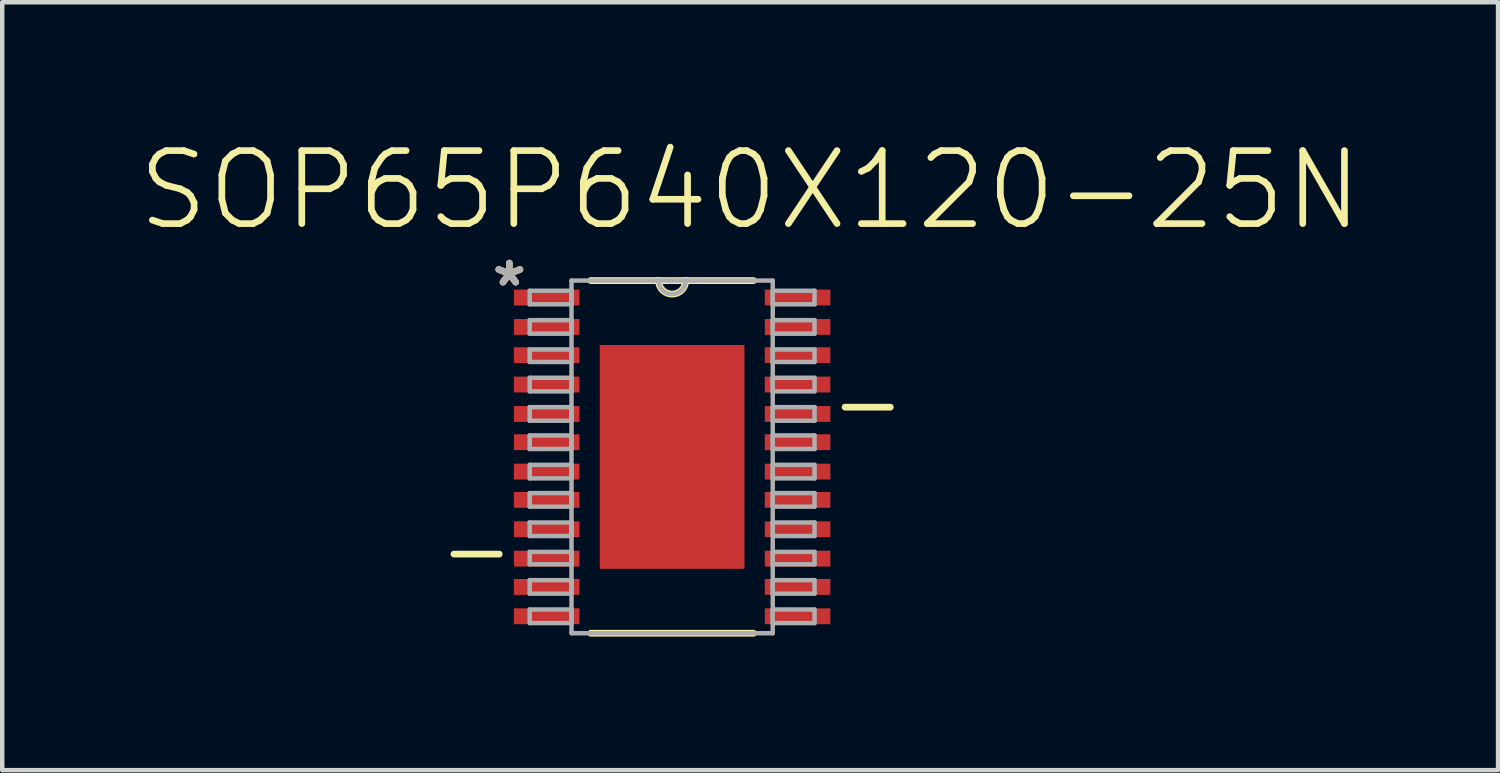
<source format=kicad_pcb>
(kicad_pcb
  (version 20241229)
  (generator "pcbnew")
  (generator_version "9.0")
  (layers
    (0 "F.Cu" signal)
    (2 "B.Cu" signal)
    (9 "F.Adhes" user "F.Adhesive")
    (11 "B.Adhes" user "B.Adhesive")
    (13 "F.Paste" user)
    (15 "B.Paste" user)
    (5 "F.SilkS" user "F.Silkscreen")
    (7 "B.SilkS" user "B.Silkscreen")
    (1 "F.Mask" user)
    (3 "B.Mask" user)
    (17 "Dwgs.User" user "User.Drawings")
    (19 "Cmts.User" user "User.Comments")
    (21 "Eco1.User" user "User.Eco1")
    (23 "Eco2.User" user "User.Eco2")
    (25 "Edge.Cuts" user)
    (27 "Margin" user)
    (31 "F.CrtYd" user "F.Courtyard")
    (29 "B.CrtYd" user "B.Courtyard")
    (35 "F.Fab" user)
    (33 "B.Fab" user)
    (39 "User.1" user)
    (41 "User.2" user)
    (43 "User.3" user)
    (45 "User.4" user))
  (footprint "SOP65P640X120-25N"
    (layer "F.Cu")
    (at 12.053 7.217)
    (property "Reference" "SOP65P640X120-25N" (at 1.753 -5.994 0) (layer "F.SilkS") (effects (font (size 1.64 1.64) (thickness 0.15))))
    (attr smd)
    (fp_line (start -4.902 2.184) (end -3.886 2.184) (stroke (width 0.152) (type solid)) (layer "F.SilkS"))
    (fp_line (start -1.829 3.962) (end 1.829 3.962) (stroke (width 0.152) (type solid)) (layer "F.SilkS"))
    (fp_line (start -0.305 -3.962) (end -1.829 -3.962) (stroke (width 0.152) (type solid)) (layer "F.SilkS"))
    (fp_line (start 0.305 -3.962) (end -0.305 -3.962) (stroke (width 0.152) (type solid)) (layer "F.SilkS"))
    (fp_line (start 1.829 -3.962) (end 0.305 -3.962) (stroke (width 0.152) (type solid)) (layer "F.SilkS"))
    (fp_line (start 3.886 -1.118) (end 4.902 -1.118) (stroke (width 0.152) (type solid)) (layer "F.SilkS"))
    (fp_arc (start 0.3048 -3.9624) (mid 0 -3.6576) (end -0.3048 -3.9624) (stroke (width 0.1524) (type solid)) (layer "F.SilkS"))
    (fp_line (start -3.2 -3.734) (end -3.2 -3.429) (stroke (width 0.1) (type solid)) (layer "F.Fab"))
    (fp_line (start -3.2 -3.429) (end -2.261 -3.429) (stroke (width 0.1) (type solid)) (layer "F.Fab"))
    (fp_line (start -3.2 -3.073) (end -3.2 -2.769) (stroke (width 0.1) (type solid)) (layer "F.Fab"))
    (fp_line (start -3.2 -2.769) (end -2.261 -2.769) (stroke (width 0.1) (type solid)) (layer "F.Fab"))
    (fp_line (start -3.2 -2.413) (end -3.2 -2.134) (stroke (width 0.1) (type solid)) (layer "F.Fab"))
    (fp_line (start -3.2 -2.134) (end -2.261 -2.134) (stroke (width 0.1) (type solid)) (layer "F.Fab"))
    (fp_line (start -3.2 -1.778) (end -3.2 -1.473) (stroke (width 0.1) (type solid)) (layer "F.Fab"))
    (fp_line (start -3.2 -1.473) (end -2.261 -1.473) (stroke (width 0.1) (type solid)) (layer "F.Fab"))
    (fp_line (start -3.2 -1.118) (end -3.2 -0.813) (stroke (width 0.1) (type solid)) (layer "F.Fab"))
    (fp_line (start -3.2 -0.813) (end -2.261 -0.813) (stroke (width 0.1) (type solid)) (layer "F.Fab"))
    (fp_line (start -3.2 -0.483) (end -3.2 -0.178) (stroke (width 0.1) (type solid)) (layer "F.Fab"))
    (fp_line (start -3.2 -0.178) (end -2.261 -0.178) (stroke (width 0.1) (type solid)) (layer "F.Fab"))
    (fp_line (start -3.2 0.178) (end -3.2 0.483) (stroke (width 0.1) (type solid)) (layer "F.Fab"))
    (fp_line (start -3.2 0.483) (end -2.261 0.483) (stroke (width 0.1) (type solid)) (layer "F.Fab"))
    (fp_line (start -3.2 0.813) (end -3.2 1.118) (stroke (width 0.1) (type solid)) (layer "F.Fab"))
    (fp_line (start -3.2 1.118) (end -2.261 1.118) (stroke (width 0.1) (type solid)) (layer "F.Fab"))
    (fp_line (start -3.2 1.473) (end -3.2 1.778) (stroke (width 0.1) (type solid)) (layer "F.Fab"))
    (fp_line (start -3.2 1.778) (end -2.261 1.778) (stroke (width 0.1) (type solid)) (layer "F.Fab"))
    (fp_line (start -3.2 2.134) (end -3.2 2.413) (stroke (width 0.1) (type solid)) (layer "F.Fab"))
    (fp_line (start -3.2 2.413) (end -2.261 2.413) (stroke (width 0.1) (type solid)) (layer "F.Fab"))
    (fp_line (start -3.2 2.769) (end -3.2 3.073) (stroke (width 0.1) (type solid)) (layer "F.Fab"))
    (fp_line (start -3.2 3.073) (end -2.261 3.073) (stroke (width 0.1) (type solid)) (layer "F.Fab"))
    (fp_line (start -3.2 3.429) (end -3.2 3.734) (stroke (width 0.1) (type solid)) (layer "F.Fab"))
    (fp_line (start -3.2 3.734) (end -2.261 3.734) (stroke (width 0.1) (type solid)) (layer "F.Fab"))
    (fp_line (start -2.261 -3.962) (end -2.261 3.962) (stroke (width 0.1) (type solid)) (layer "F.Fab"))
    (fp_line (start -2.261 -3.734) (end -3.2 -3.734) (stroke (width 0.1) (type solid)) (layer "F.Fab"))
    (fp_line (start -2.261 -3.429) (end -2.261 -3.734) (stroke (width 0.1) (type solid)) (layer "F.Fab"))
    (fp_line (start -2.261 -3.073) (end -3.2 -3.073) (stroke (width 0.1) (type solid)) (layer "F.Fab"))
    (fp_line (start -2.261 -2.769) (end -2.261 -3.073) (stroke (width 0.1) (type solid)) (layer "F.Fab"))
    (fp_line (start -2.261 -2.413) (end -3.2 -2.413) (stroke (width 0.1) (type solid)) (layer "F.Fab"))
    (fp_line (start -2.261 -2.134) (end -2.261 -2.413) (stroke (width 0.1) (type solid)) (layer "F.Fab"))
    (fp_line (start -2.261 -1.778) (end -3.2 -1.778) (stroke (width 0.1) (type solid)) (layer "F.Fab"))
    (fp_line (start -2.261 -1.473) (end -2.261 -1.778) (stroke (width 0.1) (type solid)) (layer "F.Fab"))
    (fp_line (start -2.261 -1.118) (end -3.2 -1.118) (stroke (width 0.1) (type solid)) (layer "F.Fab"))
    (fp_line (start -2.261 -0.813) (end -2.261 -1.118) (stroke (width 0.1) (type solid)) (layer "F.Fab"))
    (fp_line (start -2.261 -0.483) (end -3.2 -0.483) (stroke (width 0.1) (type solid)) (layer "F.Fab"))
    (fp_line (start -2.261 -0.178) (end -2.261 -0.483) (stroke (width 0.1) (type solid)) (layer "F.Fab"))
    (fp_line (start -2.261 0.178) (end -3.2 0.178) (stroke (width 0.1) (type solid)) (layer "F.Fab"))
    (fp_line (start -2.261 0.483) (end -2.261 0.178) (stroke (width 0.1) (type solid)) (layer "F.Fab"))
    (fp_line (start -2.261 0.813) (end -3.2 0.813) (stroke (width 0.1) (type solid)) (layer "F.Fab"))
    (fp_line (start -2.261 1.118) (end -2.261 0.813) (stroke (width 0.1) (type solid)) (layer "F.Fab"))
    (fp_line (start -2.261 1.473) (end -3.2 1.473) (stroke (width 0.1) (type solid)) (layer "F.Fab"))
    (fp_line (start -2.261 1.778) (end -2.261 1.473) (stroke (width 0.1) (type solid)) (layer "F.Fab"))
    (fp_line (start -2.261 2.134) (end -3.2 2.134) (stroke (width 0.1) (type solid)) (layer "F.Fab"))
    (fp_line (start -2.261 2.413) (end -2.261 2.134) (stroke (width 0.1) (type solid)) (layer "F.Fab"))
    (fp_line (start -2.261 2.769) (end -3.2 2.769) (stroke (width 0.1) (type solid)) (layer "F.Fab"))
    (fp_line (start -2.261 3.073) (end -2.261 2.769) (stroke (width 0.1) (type solid)) (layer "F.Fab"))
    (fp_line (start -2.261 3.429) (end -3.2 3.429) (stroke (width 0.1) (type solid)) (layer "F.Fab"))
    (fp_line (start -2.261 3.734) (end -2.261 3.429) (stroke (width 0.1) (type solid)) (layer "F.Fab"))
    (fp_line (start -2.261 3.962) (end 2.261 3.962) (stroke (width 0.1) (type solid)) (layer "F.Fab"))
    (fp_line (start -0.305 -3.962) (end -2.261 -3.962) (stroke (width 0.1) (type solid)) (layer "F.Fab"))
    (fp_line (start 0.305 -3.962) (end -0.305 -3.962) (stroke (width 0.1) (type solid)) (layer "F.Fab"))
    (fp_line (start 2.261 -3.962) (end 0.305 -3.962) (stroke (width 0.1) (type solid)) (layer "F.Fab"))
    (fp_line (start 2.261 -3.734) (end 2.261 -3.429) (stroke (width 0.1) (type solid)) (layer "F.Fab"))
    (fp_line (start 2.261 -3.429) (end 3.2 -3.429) (stroke (width 0.1) (type solid)) (layer "F.Fab"))
    (fp_line (start 2.261 -3.073) (end 2.261 -2.769) (stroke (width 0.1) (type solid)) (layer "F.Fab"))
    (fp_line (start 2.261 -2.769) (end 3.2 -2.769) (stroke (width 0.1) (type solid)) (layer "F.Fab"))
    (fp_line (start 2.261 -2.413) (end 2.261 -2.134) (stroke (width 0.1) (type solid)) (layer "F.Fab"))
    (fp_line (start 2.261 -2.134) (end 3.2 -2.134) (stroke (width 0.1) (type solid)) (layer "F.Fab"))
    (fp_line (start 2.261 -1.778) (end 2.261 -1.473) (stroke (width 0.1) (type solid)) (layer "F.Fab"))
    (fp_line (start 2.261 -1.473) (end 3.2 -1.473) (stroke (width 0.1) (type solid)) (layer "F.Fab"))
    (fp_line (start 2.261 -1.118) (end 2.261 -0.813) (stroke (width 0.1) (type solid)) (layer "F.Fab"))
    (fp_line (start 2.261 -0.813) (end 3.2 -0.813) (stroke (width 0.1) (type solid)) (layer "F.Fab"))
    (fp_line (start 2.261 -0.483) (end 2.261 -0.178) (stroke (width 0.1) (type solid)) (layer "F.Fab"))
    (fp_line (start 2.261 -0.178) (end 3.2 -0.178) (stroke (width 0.1) (type solid)) (layer "F.Fab"))
    (fp_line (start 2.261 0.178) (end 2.261 0.483) (stroke (width 0.1) (type solid)) (layer "F.Fab"))
    (fp_line (start 2.261 0.483) (end 3.2 0.483) (stroke (width 0.1) (type solid)) (layer "F.Fab"))
    (fp_line (start 2.261 0.813) (end 2.261 1.118) (stroke (width 0.1) (type solid)) (layer "F.Fab"))
    (fp_line (start 2.261 1.118) (end 3.2 1.118) (stroke (width 0.1) (type solid)) (layer "F.Fab"))
    (fp_line (start 2.261 1.473) (end 2.261 1.778) (stroke (width 0.1) (type solid)) (layer "F.Fab"))
    (fp_line (start 2.261 1.778) (end 3.2 1.778) (stroke (width 0.1) (type solid)) (layer "F.Fab"))
    (fp_line (start 2.261 2.134) (end 2.261 2.413) (stroke (width 0.1) (type solid)) (layer "F.Fab"))
    (fp_line (start 2.261 2.413) (end 3.2 2.413) (stroke (width 0.1) (type solid)) (layer "F.Fab"))
    (fp_line (start 2.261 2.769) (end 2.261 3.073) (stroke (width 0.1) (type solid)) (layer "F.Fab"))
    (fp_line (start 2.261 3.073) (end 3.2 3.073) (stroke (width 0.1) (type solid)) (layer "F.Fab"))
    (fp_line (start 2.261 3.429) (end 2.261 3.734) (stroke (width 0.1) (type solid)) (layer "F.Fab"))
    (fp_line (start 2.261 3.734) (end 3.2 3.734) (stroke (width 0.1) (type solid)) (layer "F.Fab"))
    (fp_line (start 2.261 3.962) (end 2.261 -3.962) (stroke (width 0.1) (type solid)) (layer "F.Fab"))
    (fp_line (start 3.2 -3.734) (end 2.261 -3.734) (stroke (width 0.1) (type solid)) (layer "F.Fab"))
    (fp_line (start 3.2 -3.429) (end 3.2 -3.734) (stroke (width 0.1) (type solid)) (layer "F.Fab"))
    (fp_line (start 3.2 -3.073) (end 2.261 -3.073) (stroke (width 0.1) (type solid)) (layer "F.Fab"))
    (fp_line (start 3.2 -2.769) (end 3.2 -3.073) (stroke (width 0.1) (type solid)) (layer "F.Fab"))
    (fp_line (start 3.2 -2.413) (end 2.261 -2.413) (stroke (width 0.1) (type solid)) (layer "F.Fab"))
    (fp_line (start 3.2 -2.134) (end 3.2 -2.413) (stroke (width 0.1) (type solid)) (layer "F.Fab"))
    (fp_line (start 3.2 -1.778) (end 2.261 -1.778) (stroke (width 0.1) (type solid)) (layer "F.Fab"))
    (fp_line (start 3.2 -1.473) (end 3.2 -1.778) (stroke (width 0.1) (type solid)) (layer "F.Fab"))
    (fp_line (start 3.2 -1.118) (end 2.261 -1.118) (stroke (width 0.1) (type solid)) (layer "F.Fab"))
    (fp_line (start 3.2 -0.813) (end 3.2 -1.118) (stroke (width 0.1) (type solid)) (layer "F.Fab"))
    (fp_line (start 3.2 -0.483) (end 2.261 -0.483) (stroke (width 0.1) (type solid)) (layer "F.Fab"))
    (fp_line (start 3.2 -0.178) (end 3.2 -0.483) (stroke (width 0.1) (type solid)) (layer "F.Fab"))
    (fp_line (start 3.2 0.178) (end 2.261 0.178) (stroke (width 0.1) (type solid)) (layer "F.Fab"))
    (fp_line (start 3.2 0.483) (end 3.2 0.178) (stroke (width 0.1) (type solid)) (layer "F.Fab"))
    (fp_line (start 3.2 0.813) (end 2.261 0.813) (stroke (width 0.1) (type solid)) (layer "F.Fab"))
    (fp_line (start 3.2 1.118) (end 3.2 0.813) (stroke (width 0.1) (type solid)) (layer "F.Fab"))
    (fp_line (start 3.2 1.473) (end 2.261 1.473) (stroke (width 0.1) (type solid)) (layer "F.Fab"))
    (fp_line (start 3.2 1.778) (end 3.2 1.473) (stroke (width 0.1) (type solid)) (layer "F.Fab"))
    (fp_line (start 3.2 2.134) (end 2.261 2.134) (stroke (width 0.1) (type solid)) (layer "F.Fab"))
    (fp_line (start 3.2 2.413) (end 3.2 2.134) (stroke (width 0.1) (type solid)) (layer "F.Fab"))
    (fp_line (start 3.2 2.769) (end 2.261 2.769) (stroke (width 0.1) (type solid)) (layer "F.Fab"))
    (fp_line (start 3.2 3.073) (end 3.2 2.769) (stroke (width 0.1) (type solid)) (layer "F.Fab"))
    (fp_line (start 3.2 3.429) (end 2.261 3.429) (stroke (width 0.1) (type solid)) (layer "F.Fab"))
    (fp_line (start 3.2 3.734) (end 3.2 3.429) (stroke (width 0.1) (type solid)) (layer "F.Fab"))
    (fp_arc (start 0.3048 -3.9624) (mid 0 -3.6576) (end -0.3048 -3.9624) (stroke (width 0.1) (type solid)) (layer "F.Fab"))
    (fp_text user "*" (at -3.658 -3.81 0) (layer "F.SilkS") (effects (font (size 1 1) (thickness 0.15))))
    (fp_text user "*" (at -3.658 -3.81 0) (layer "F.Fab") (effects (font (size 1 1) (thickness 0.15))))
    (pad "1" smd rect (at -2.819 -3.581) (size 1.473 0.356) (layers "F.Cu" "F.Mask" "F.Paste"))
    (pad "2" smd rect (at -2.819 -2.921) (size 1.473 0.356) (layers "F.Cu" "F.Mask" "F.Paste"))
    (pad "3" smd rect (at -2.819 -2.286) (size 1.473 0.356) (layers "F.Cu" "F.Mask" "F.Paste"))
    (pad "4" smd rect (at -2.819 -1.626) (size 1.473 0.356) (layers "F.Cu" "F.Mask" "F.Paste"))
    (pad "5" smd rect (at -2.819 -0.965) (size 1.473 0.356) (layers "F.Cu" "F.Mask" "F.Paste"))
    (pad "6" smd rect (at -2.819 -0.33) (size 1.473 0.356) (layers "F.Cu" "F.Mask" "F.Paste"))
    (pad "7" smd rect (at -2.819 0.33) (size 1.473 0.356) (layers "F.Cu" "F.Mask" "F.Paste"))
    (pad "8" smd rect (at -2.819 0.965) (size 1.473 0.356) (layers "F.Cu" "F.Mask" "F.Paste"))
    (pad "9" smd rect (at -2.819 1.626) (size 1.473 0.356) (layers "F.Cu" "F.Mask" "F.Paste"))
    (pad "10" smd rect (at -2.819 2.286) (size 1.473 0.356) (layers "F.Cu" "F.Mask" "F.Paste"))
    (pad "11" smd rect (at -2.819 2.921) (size 1.473 0.356) (layers "F.Cu" "F.Mask" "F.Paste"))
    (pad "12" smd rect (at -2.819 3.581) (size 1.473 0.356) (layers "F.Cu" "F.Mask" "F.Paste"))
    (pad "13" smd rect (at 2.819 3.581) (size 1.473 0.356) (layers "F.Cu" "F.Mask" "F.Paste"))
    (pad "14" smd rect (at 2.819 2.921) (size 1.473 0.356) (layers "F.Cu" "F.Mask" "F.Paste"))
    (pad "15" smd rect (at 2.819 2.286) (size 1.473 0.356) (layers "F.Cu" "F.Mask" "F.Paste"))
    (pad "16" smd rect (at 2.819 1.626) (size 1.473 0.356) (layers "F.Cu" "F.Mask" "F.Paste"))
    (pad "17" smd rect (at 2.819 0.965) (size 1.473 0.356) (layers "F.Cu" "F.Mask" "F.Paste"))
    (pad "18" smd rect (at 2.819 0.33) (size 1.473 0.356) (layers "F.Cu" "F.Mask" "F.Paste"))
    (pad "19" smd rect (at 2.819 -0.33) (size 1.473 0.356) (layers "F.Cu" "F.Mask" "F.Paste"))
    (pad "20" smd rect (at 2.819 -0.965) (size 1.473 0.356) (layers "F.Cu" "F.Mask" "F.Paste"))
    (pad "21" smd rect (at 2.819 -1.626) (size 1.473 0.356) (layers "F.Cu" "F.Mask" "F.Paste"))
    (pad "22" smd rect (at 2.819 -2.286) (size 1.473 0.356) (layers "F.Cu" "F.Mask" "F.Paste"))
    (pad "23" smd rect (at 2.819 -2.921) (size 1.473 0.356) (layers "F.Cu" "F.Mask" "F.Paste"))
    (pad "24" smd rect (at 2.819 -3.581) (size 1.473 0.356) (layers "F.Cu" "F.Mask" "F.Paste"))
    (pad "25" smd rect (at 0 0) (size 3.251 5.029) (layers "F.Cu" "F.Mask" "F.Paste")))
  (gr_rect
    (start -3 -3)
    (end 30.612 14.256)
    (stroke (width 0.1) (type default))
    (fill no)
    (layer "Edge.Cuts")))
</source>
